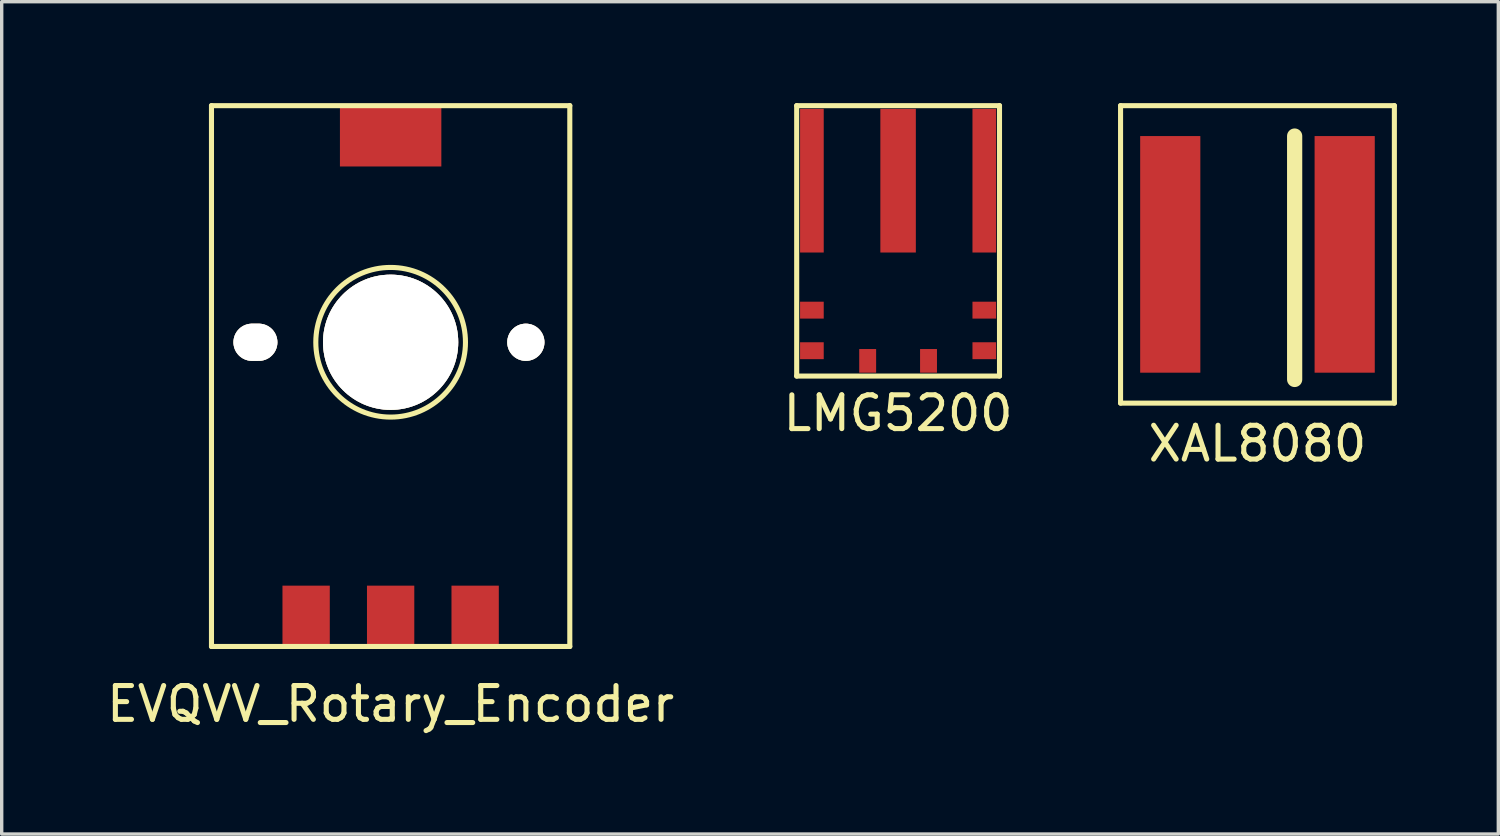
<source format=kicad_pcb>
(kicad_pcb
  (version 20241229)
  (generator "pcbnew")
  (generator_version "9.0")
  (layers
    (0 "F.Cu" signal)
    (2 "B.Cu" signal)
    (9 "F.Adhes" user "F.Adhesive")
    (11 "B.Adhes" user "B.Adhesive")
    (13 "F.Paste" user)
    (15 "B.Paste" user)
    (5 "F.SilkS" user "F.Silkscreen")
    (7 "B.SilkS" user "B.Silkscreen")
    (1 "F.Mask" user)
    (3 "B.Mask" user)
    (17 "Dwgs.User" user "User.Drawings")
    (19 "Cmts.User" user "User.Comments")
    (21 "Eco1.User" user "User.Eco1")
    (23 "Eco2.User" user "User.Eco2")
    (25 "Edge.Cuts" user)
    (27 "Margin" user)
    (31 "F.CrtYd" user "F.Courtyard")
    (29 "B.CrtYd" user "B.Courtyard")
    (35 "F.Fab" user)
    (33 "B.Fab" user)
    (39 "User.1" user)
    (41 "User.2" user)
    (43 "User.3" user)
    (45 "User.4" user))
  (footprint "XAL8080"
    (layer "F.Cu")
    (at 34.149 4.475)
    (property "Reference" "XAL8080" (at 0 5.6 0) (layer "F.SilkS") (effects (font (size 1 1) (thickness 0.15))))
    (attr through_hole)
    (fp_line (start -4.05 -4.4) (end -4.05 4.4) (stroke (width 0.15) (type solid)) (layer "F.SilkS"))
    (fp_line (start -4.05 -4.4) (end 4.05 -4.4) (stroke (width 0.15) (type solid)) (layer "F.SilkS"))
    (fp_line (start -4.05 4.4) (end 4.05 4.4) (stroke (width 0.15) (type solid)) (layer "F.SilkS"))
    (fp_line (start 1.1 -3.5) (end 1.1 3.7) (stroke (width 0.45) (type solid)) (layer "F.SilkS"))
    (fp_line (start 4.05 -4.4) (end 4.05 4.4) (stroke (width 0.15) (type solid)) (layer "F.SilkS"))
    (pad "1" smd rect (at -2.58 0) (size 1.78 7) (layers "F.Cu" "F.Mask" "F.Paste"))
    (pad "2" smd rect (at 2.58 0) (size 1.78 7) (layers "F.Cu" "F.Mask" "F.Paste")))
  (footprint "LMG5200"
    (layer "F.Cu")
    (at 23.518 4.075)
    (property "Reference" "LMG5200" (at 0 5.1 0) (layer "F.SilkS") (effects (font (size 1 1) (thickness 0.15))))
    (attr through_hole)
    (fp_line (start -3 -4) (end 3 -4) (stroke (width 0.15) (type solid)) (layer "F.SilkS"))
    (fp_line (start -3 4) (end -3 -4) (stroke (width 0.15) (type solid)) (layer "F.SilkS"))
    (fp_line (start 3 -4) (end 3 4) (stroke (width 0.15) (type solid)) (layer "F.SilkS"))
    (fp_line (start 3 4) (end -3 4) (stroke (width 0.15) (type solid)) (layer "F.SilkS"))
    (pad "1" smd rect (at -2.55 -1.78) (size 0.7 4.25) (layers "F.Cu" "F.Mask" "F.Paste"))
    (pad "2" smd rect (at -2.55 2.05) (size 0.7 0.5) (layers "F.Cu" "F.Mask" "F.Paste"))
    (pad "3" smd rect (at -2.55 3.25) (size 0.7 0.5) (layers "F.Cu" "F.Mask" "F.Paste"))
    (pad "4" smd rect (at -0.9 3.55) (size 0.5 0.7) (layers "F.Cu" "F.Mask" "F.Paste"))
    (pad "5" smd rect (at 0.9 3.55) (size 0.5 0.7) (layers "F.Cu" "F.Mask" "F.Paste"))
    (pad "6" smd rect (at 2.55 3.25) (size 0.7 0.5) (layers "F.Cu" "F.Mask" "F.Paste"))
    (pad "7" smd rect (at 2.55 2.05) (size 0.7 0.5) (layers "F.Cu" "F.Mask" "F.Paste"))
    (pad "8" smd rect (at 2.55 -1.78) (size 0.7 4.25) (layers "F.Cu" "F.Mask" "F.Paste"))
    (pad "9" smd rect (at 0 -1.78) (size 1.05 4.25) (layers "F.Cu" "F.Mask" "F.Paste")))
  (footprint "EVQVV_Rotary_Encoder"
    (layer "F.Cu")
    (at 8.506 7.075)
    (property "Reference" "EVQVV_Rotary_Encoder" (at 0 10.7 0) (layer "F.SilkS") (effects (font (size 1 1) (thickness 0.15))))
    (attr through_hole)
    (fp_line (start -5.3 -7) (end 5.3 -7) (stroke (width 0.15) (type solid)) (layer "F.SilkS"))
    (fp_line (start -5.3 9) (end -5.3 -7) (stroke (width 0.15) (type solid)) (layer "F.SilkS"))
    (fp_line (start 5.3 -7) (end 5.3 9) (stroke (width 0.15) (type solid)) (layer "F.SilkS"))
    (fp_line (start 5.3 9) (end -5.3 9) (stroke (width 0.15) (type solid)) (layer "F.SilkS"))
    (fp_circle (center 0 0) (end 0.7 -2.1) (stroke (width 0.15) (type solid)) (fill no) (layer "F.SilkS"))
    (pad "" thru_hole oval (at -4 0) (size 1.3 1.1) (drill oval 1.3 1.1) (layers "*.Cu" "*.Mask" "F.SilkS"))
    (pad "" thru_hole oval (at 0 0) (size 4 4) (drill 4) (layers "*.Cu" "*.Mask" "F.SilkS"))
    (pad "" thru_hole oval (at 4 0) (size 1.1 1.1) (drill 1.1) (layers "*.Cu" "*.Mask" "F.SilkS"))
    (pad "1" smd rect (at 0 -6.1) (size 3 1.8) (layers "F.Cu" "F.Mask" "F.Paste"))
    (pad "1" smd rect (at 0 8.1) (size 1.4 1.8) (layers "F.Cu" "F.Mask" "F.Paste"))
    (pad "2" smd rect (at 2.5 8.1) (size 1.4 1.8) (layers "F.Cu" "F.Mask" "F.Paste"))
    (pad "3" smd rect (at -2.5 8.1) (size 1.4 1.8) (layers "F.Cu" "F.Mask" "F.Paste")))
  (gr_rect
    (start -3 -3)
    (end 41.274 21.623)
    (stroke (width 0.1) (type default))
    (fill no)
    (layer "Edge.Cuts")))
</source>
